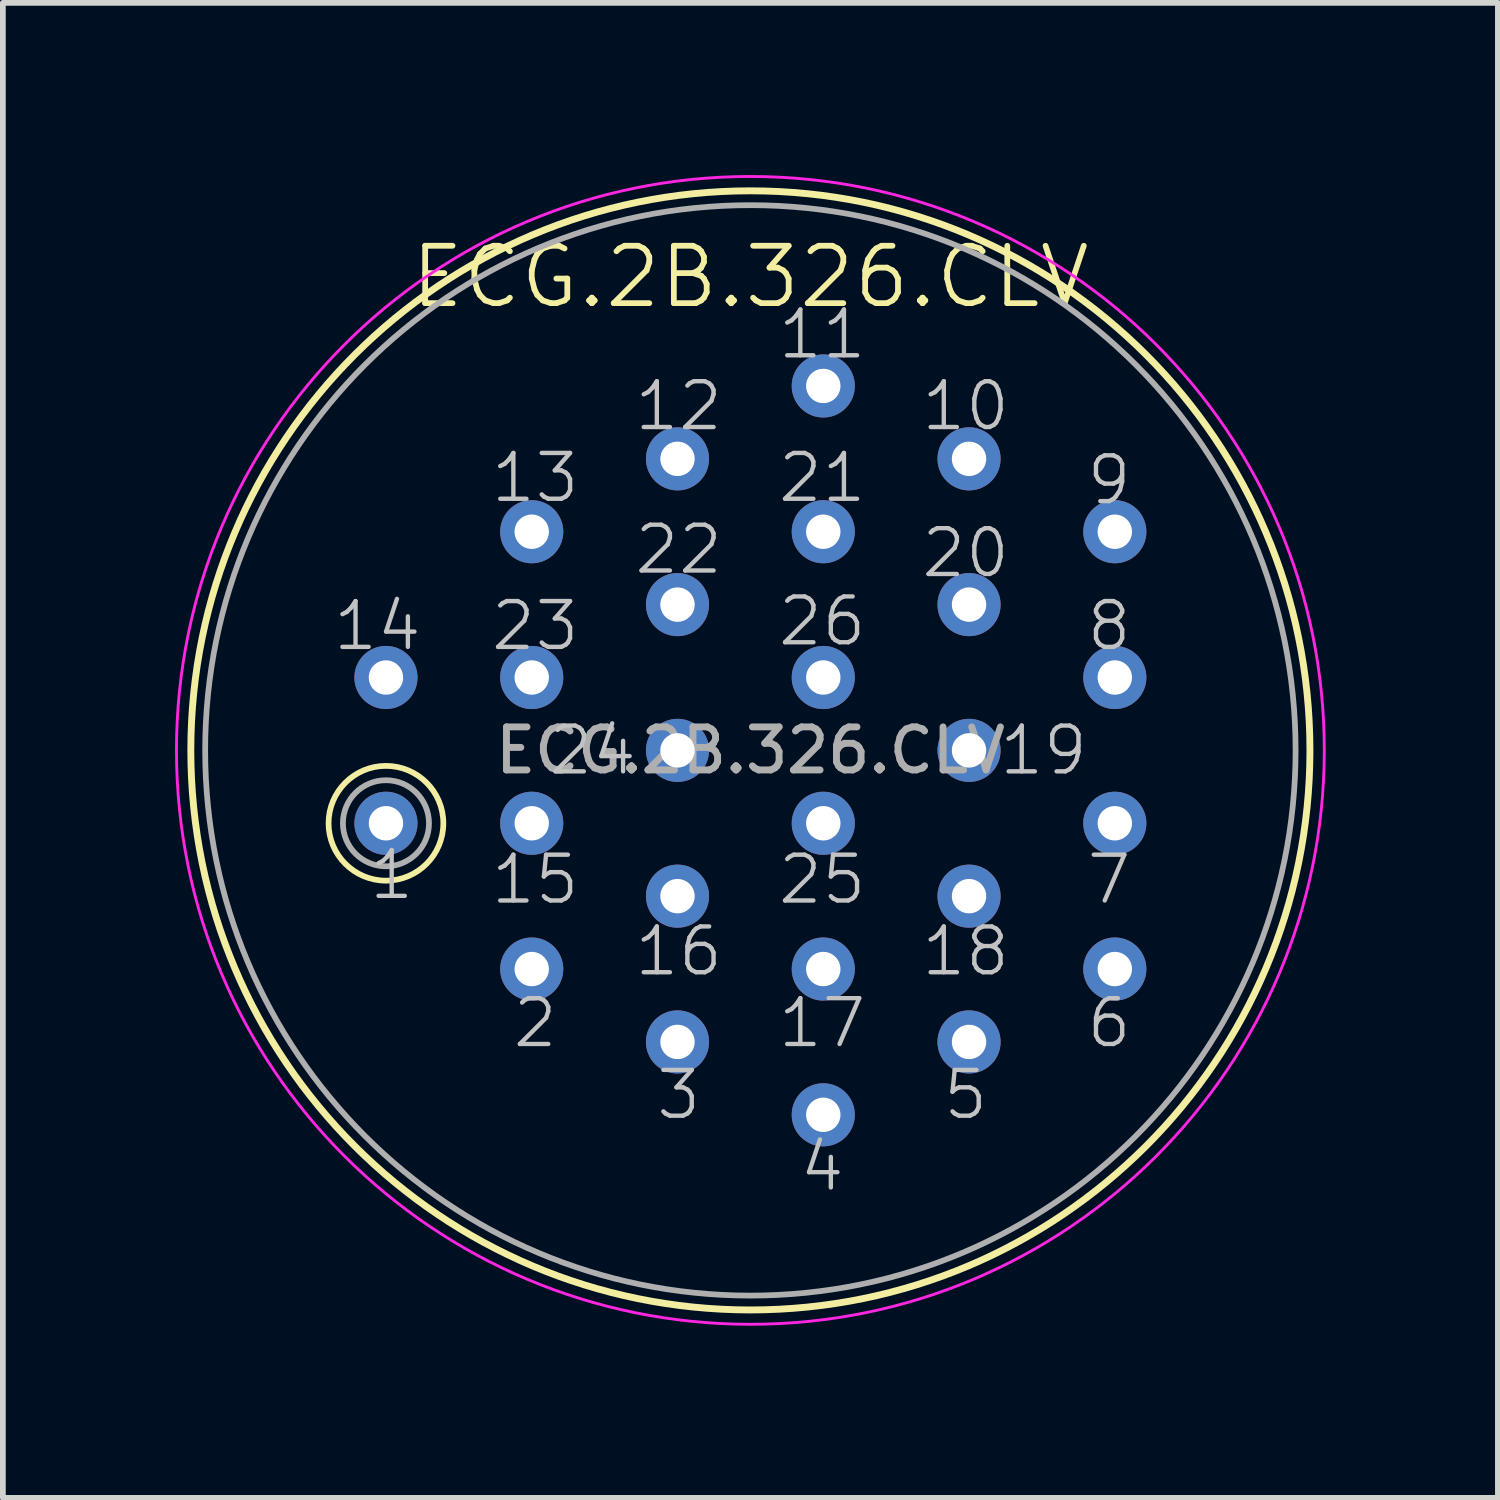
<source format=kicad_pcb>
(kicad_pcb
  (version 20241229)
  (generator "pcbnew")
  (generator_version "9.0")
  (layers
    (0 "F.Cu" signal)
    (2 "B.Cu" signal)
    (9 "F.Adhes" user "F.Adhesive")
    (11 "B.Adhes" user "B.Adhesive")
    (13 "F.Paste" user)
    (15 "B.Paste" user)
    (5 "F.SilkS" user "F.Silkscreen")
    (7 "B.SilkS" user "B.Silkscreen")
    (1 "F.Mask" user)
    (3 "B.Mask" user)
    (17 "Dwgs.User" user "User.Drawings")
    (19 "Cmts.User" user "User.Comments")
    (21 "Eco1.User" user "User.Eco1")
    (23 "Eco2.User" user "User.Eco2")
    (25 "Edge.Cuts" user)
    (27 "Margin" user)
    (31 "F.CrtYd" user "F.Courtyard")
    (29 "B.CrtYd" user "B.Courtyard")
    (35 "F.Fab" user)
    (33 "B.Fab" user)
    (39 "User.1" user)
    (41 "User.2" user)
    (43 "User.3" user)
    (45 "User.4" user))
  (footprint "ECG.2B.326.CLV"
    (layer "F.Cu")
    (at 10.025 10.025)
    (property "Reference" "ECG.2B.326.CLV" (at 0 -8.25 0) (layer "F.SilkS") (effects (font (size 1 1) (thickness 0.1))))
    (attr through_hole)
    (fp_circle (center -6.35 1.27) (end -5.35 1.27) (stroke (width 0.1) (type solid)) (fill no) (layer "F.SilkS"))
    (fp_circle (center 0 0) (end 9.75 0) (stroke (width 0.12) (type solid)) (fill no) (layer "F.SilkS"))
    (fp_circle (center 0 0) (end 10 0) (stroke (width 0.05) (type solid)) (fill no) (layer "F.CrtYd"))
    (fp_circle (center -6.35 1.27) (end -5.6 1.27) (stroke (width 0.1) (type solid)) (fill no) (layer "F.Fab"))
    (fp_circle (center 0 0) (end 9.5 0) (stroke (width 0.1) (type solid)) (fill no) (layer "F.Fab"))
    (fp_text user "15" (at -3.75 2.25 0) (layer "Dwgs.User") (effects (font (size 0.798 0.798) (thickness 0.076))))
    (fp_text user "24" (at -2.75 0 0) (layer "Dwgs.User") (effects (font (size 0.798 0.798) (thickness 0.076))))
    (fp_text user "20" (at 3.75 -3.439 0) (layer "Dwgs.User") (effects (font (size 0.798 0.798) (thickness 0.076))))
    (fp_text user "4" (at 1.25 7.25 0) (layer "Dwgs.User") (effects (font (size 0.798 0.798) (thickness 0.076))))
    (fp_text user "1" (at -6.25 2.169 0) (layer "Dwgs.User") (effects (font (size 0.798 0.798) (thickness 0.076))))
    (fp_text user "12" (at -1.25 -6 0) (layer "Dwgs.User") (effects (font (size 0.798 0.798) (thickness 0.076))))
    (fp_text user "18" (at 3.75 3.5 0) (layer "Dwgs.User") (effects (font (size 0.798 0.798) (thickness 0.076))))
    (fp_text user "14" (at -6.5 -2.169 0) (layer "Dwgs.User") (effects (font (size 0.798 0.798) (thickness 0.076))))
    (fp_text user "5" (at 3.75 6 0) (layer "Dwgs.User") (effects (font (size 0.798 0.798) (thickness 0.076))))
    (fp_text user "23" (at -3.75 -2.169 0) (layer "Dwgs.User") (effects (font (size 0.798 0.798) (thickness 0.076))))
    (fp_text user "26" (at 1.25 -2.25 0) (layer "Dwgs.User") (effects (font (size 0.798 0.798) (thickness 0.076))))
    (fp_text user "3" (at -1.25 6 0) (layer "Dwgs.User") (effects (font (size 0.798 0.798) (thickness 0.076))))
    (fp_text user "11" (at 1.25 -7.25 0) (layer "Dwgs.User") (effects (font (size 0.798 0.798) (thickness 0.076))))
    (fp_text user "17" (at 1.25 4.75 0) (layer "Dwgs.User") (effects (font (size 0.798 0.798) (thickness 0.076))))
    (fp_text user "7" (at 6.25 2.25 0) (layer "Dwgs.User") (effects (font (size 0.798 0.798) (thickness 0.076))))
    (fp_text user "25" (at 1.25 2.25 0) (layer "Dwgs.User") (effects (font (size 0.798 0.798) (thickness 0.076))))
    (fp_text user "9" (at 6.25 -4.709 0) (layer "Dwgs.User") (effects (font (size 0.798 0.798) (thickness 0.076))))
    (fp_text user "6" (at 6.25 4.75 0) (layer "Dwgs.User") (effects (font (size 0.798 0.798) (thickness 0.076))))
    (fp_text user "10" (at 3.75 -6 0) (layer "Dwgs.User") (effects (font (size 0.798 0.798) (thickness 0.076))))
    (fp_text user "19" (at 5.108 0 0) (layer "Dwgs.User") (effects (font (size 0.798 0.798) (thickness 0.076))))
    (fp_text user "13" (at -3.75 -4.75 0) (layer "Dwgs.User") (effects (font (size 0.798 0.798) (thickness 0.076))))
    (fp_text user "22" (at -1.25 -3.5 0) (layer "Dwgs.User") (effects (font (size 0.798 0.798) (thickness 0.076))))
    (fp_text user "8" (at 6.25 -2.169 0) (layer "Dwgs.User") (effects (font (size 0.798 0.798) (thickness 0.076))))
    (fp_text user "16" (at -1.25 3.5 0) (layer "Dwgs.User") (effects (font (size 0.798 0.798) (thickness 0.076))))
    (fp_text user "2" (at -3.75 4.75 0) (layer "Dwgs.User") (effects (font (size 0.798 0.798) (thickness 0.076))))
    (fp_text user "21" (at 1.25 -4.75 0) (layer "Dwgs.User") (effects (font (size 0.798 0.798) (thickness 0.076))))
    (fp_text user "${REFERENCE}" (at 0 0 0) (layer "F.Fab") (effects (font (size 0.75 0.75) (thickness 0.12))))
    (pad "1" thru_hole circle (at -6.35 1.27) (size 1.1 1.1) (drill 0.599) (layers "*.Cu" "*.Paste" "*.Mask") (remove_unused_layers yes) (keep_end_layers yes) (zone_layer_connections))
    (pad "2" thru_hole circle (at -3.81 3.81) (size 1.1 1.1) (drill 0.599) (layers "*.Cu" "*.Paste" "*.Mask") (remove_unused_layers yes) (keep_end_layers yes) (zone_layer_connections))
    (pad "3" thru_hole circle (at -1.27 5.08) (size 1.1 1.1) (drill 0.599) (layers "*.Cu" "*.Paste" "*.Mask") (remove_unused_layers yes) (keep_end_layers yes) (zone_layer_connections))
    (pad "4" thru_hole circle (at 1.27 6.35) (size 1.1 1.1) (drill 0.599) (layers "*.Cu" "*.Paste" "*.Mask") (remove_unused_layers yes) (keep_end_layers yes) (zone_layer_connections))
    (pad "5" thru_hole circle (at 3.81 5.08) (size 1.1 1.1) (drill 0.599) (layers "*.Cu" "*.Paste" "*.Mask") (remove_unused_layers yes) (keep_end_layers yes) (zone_layer_connections))
    (pad "6" thru_hole circle (at 6.35 3.81) (size 1.1 1.1) (drill 0.599) (layers "*.Cu" "*.Paste" "*.Mask") (remove_unused_layers yes) (keep_end_layers yes) (zone_layer_connections))
    (pad "7" thru_hole circle (at 6.35 1.27) (size 1.1 1.1) (drill 0.599) (layers "*.Cu" "*.Paste" "*.Mask") (remove_unused_layers yes) (keep_end_layers yes) (zone_layer_connections))
    (pad "8" thru_hole circle (at 6.35 -1.27) (size 1.1 1.1) (drill 0.599) (layers "*.Cu" "*.Paste" "*.Mask") (remove_unused_layers yes) (keep_end_layers yes) (zone_layer_connections))
    (pad "9" thru_hole circle (at 6.35 -3.81) (size 1.1 1.1) (drill 0.599) (layers "*.Cu" "*.Paste" "*.Mask") (remove_unused_layers yes) (keep_end_layers yes) (zone_layer_connections))
    (pad "10" thru_hole circle (at 3.81 -5.08) (size 1.1 1.1) (drill 0.599) (layers "*.Cu" "*.Paste" "*.Mask") (remove_unused_layers yes) (keep_end_layers yes) (zone_layer_connections))
    (pad "11" thru_hole circle (at 1.27 -6.35) (size 1.1 1.1) (drill 0.599) (layers "*.Cu" "*.Paste" "*.Mask") (remove_unused_layers yes) (keep_end_layers yes) (zone_layer_connections))
    (pad "12" thru_hole circle (at -1.27 -5.08) (size 1.1 1.1) (drill 0.599) (layers "*.Cu" "*.Paste" "*.Mask") (remove_unused_layers yes) (keep_end_layers yes) (zone_layer_connections))
    (pad "13" thru_hole circle (at -3.81 -3.81) (size 1.1 1.1) (drill 0.599) (layers "*.Cu" "*.Paste" "*.Mask") (remove_unused_layers yes) (keep_end_layers yes) (zone_layer_connections))
    (pad "14" thru_hole circle (at -6.35 -1.27) (size 1.1 1.1) (drill 0.599) (layers "*.Cu" "*.Paste" "*.Mask") (remove_unused_layers yes) (keep_end_layers yes) (zone_layer_connections))
    (pad "15" thru_hole circle (at -3.81 1.27) (size 1.1 1.1) (drill 0.599) (layers "*.Cu" "*.Paste" "*.Mask") (remove_unused_layers yes) (keep_end_layers yes) (zone_layer_connections))
    (pad "16" thru_hole circle (at -1.27 2.54) (size 1.1 1.1) (drill 0.599) (layers "*.Cu" "*.Paste" "*.Mask") (remove_unused_layers yes) (keep_end_layers yes) (zone_layer_connections))
    (pad "17" thru_hole circle (at 1.27 3.81) (size 1.1 1.1) (drill 0.599) (layers "*.Cu" "*.Paste" "*.Mask") (remove_unused_layers yes) (keep_end_layers yes) (zone_layer_connections))
    (pad "18" thru_hole circle (at 3.81 2.54) (size 1.1 1.1) (drill 0.599) (layers "*.Cu" "*.Paste" "*.Mask") (remove_unused_layers yes) (keep_end_layers yes) (zone_layer_connections))
    (pad "19" thru_hole circle (at 3.81 0) (size 1.1 1.1) (drill 0.599) (layers "*.Cu" "*.Paste" "*.Mask") (remove_unused_layers yes) (keep_end_layers yes) (zone_layer_connections))
    (pad "20" thru_hole circle (at 3.81 -2.54) (size 1.1 1.1) (drill 0.599) (layers "*.Cu" "*.Paste" "*.Mask") (remove_unused_layers yes) (keep_end_layers yes) (zone_layer_connections))
    (pad "21" thru_hole circle (at 1.27 -3.81) (size 1.1 1.1) (drill 0.599) (layers "*.Cu" "*.Paste" "*.Mask") (remove_unused_layers yes) (keep_end_layers yes) (zone_layer_connections))
    (pad "22" thru_hole circle (at -1.27 -2.54) (size 1.1 1.1) (drill 0.599) (layers "*.Cu" "*.Paste" "*.Mask") (remove_unused_layers yes) (keep_end_layers yes) (zone_layer_connections))
    (pad "23" thru_hole circle (at -3.81 -1.27) (size 1.1 1.1) (drill 0.599) (layers "*.Cu" "*.Paste" "*.Mask") (remove_unused_layers yes) (keep_end_layers yes) (zone_layer_connections))
    (pad "24" thru_hole circle (at -1.27 0) (size 1.1 1.1) (drill 0.599) (layers "*.Cu" "*.Paste" "*.Mask") (remove_unused_layers yes) (keep_end_layers yes) (zone_layer_connections))
    (pad "25" thru_hole circle (at 1.27 1.27) (size 1.1 1.1) (drill 0.599) (layers "*.Cu" "*.Paste" "*.Mask") (remove_unused_layers yes) (keep_end_layers yes) (zone_layer_connections))
    (pad "26" thru_hole circle (at 1.27 -1.27) (size 1.1 1.1) (drill 0.599) (layers "*.Cu" "*.Paste" "*.Mask") (remove_unused_layers yes) (keep_end_layers yes) (zone_layer_connections)))
  (gr_rect
    (start -3 -3)
    (end 23.05 23.05)
    (stroke (width 0.1) (type default))
    (fill no)
    (layer "Edge.Cuts")))
</source>
